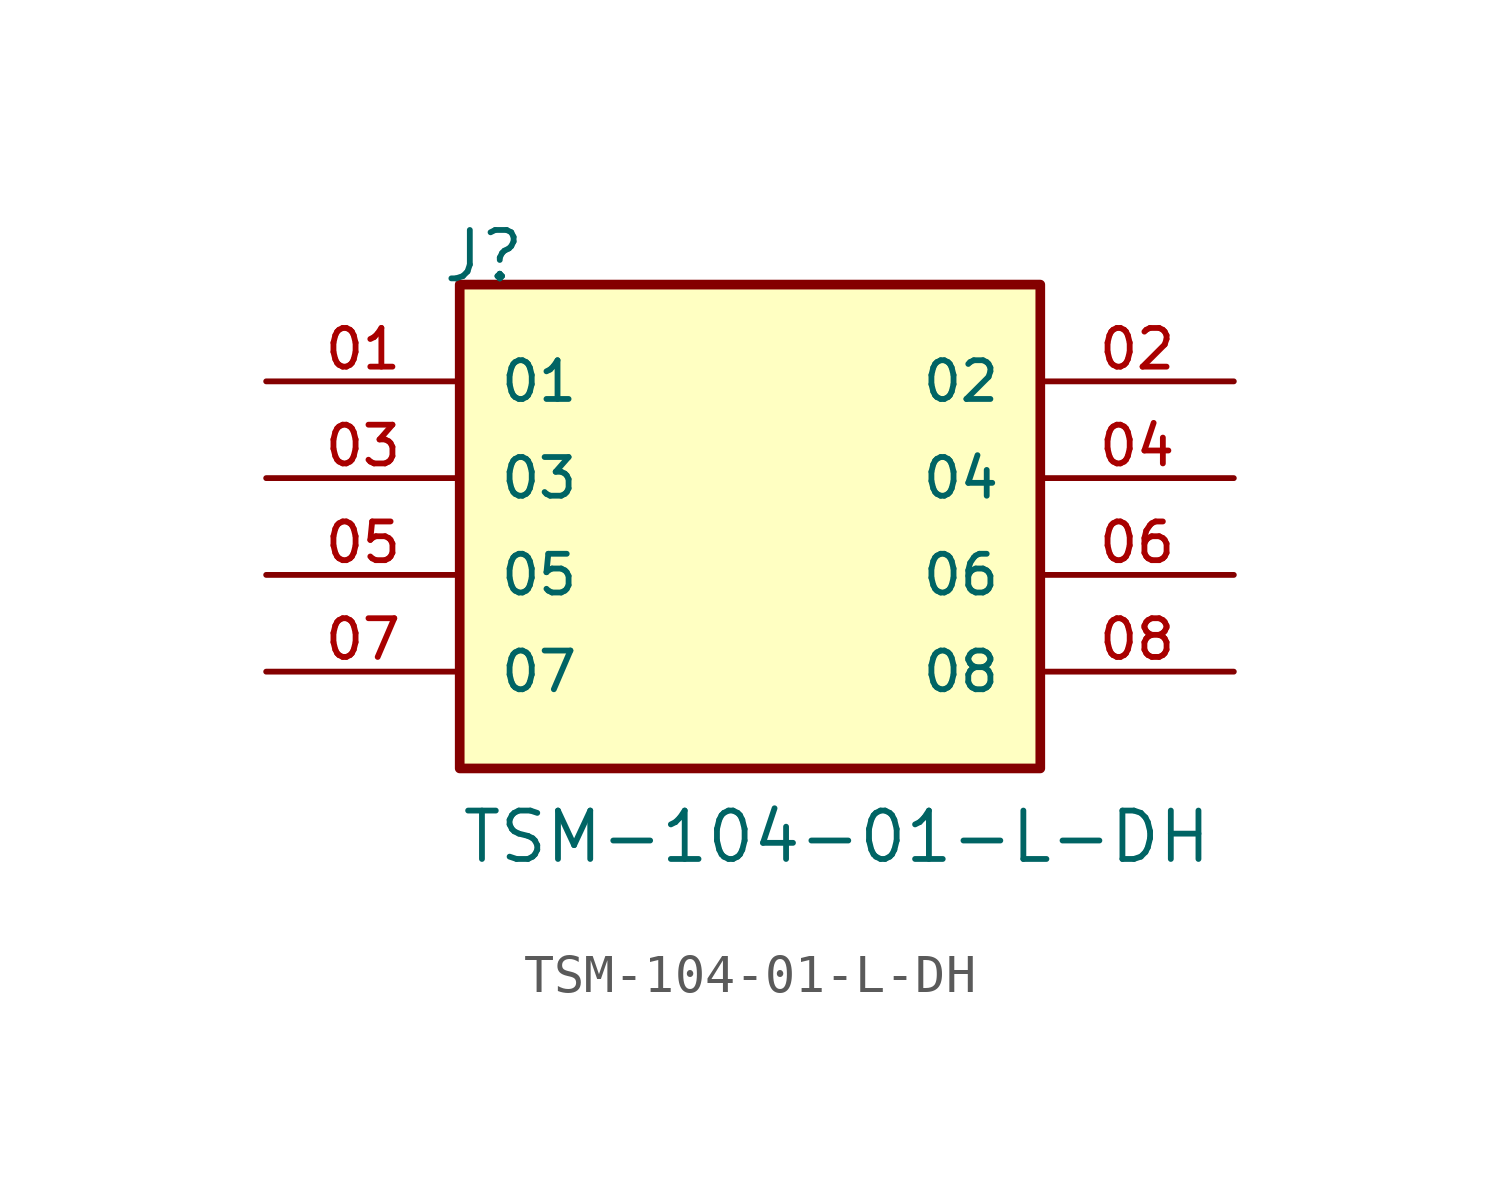
<source format=kicad_sym>
(kicad_symbol_lib
  (version 20211014)
  (generator kicad_symbol_editor)
  (symbol "TSM-104-01-L-DH"
    (pin_names
      (offset 1.016))
    (property "Reference" "J"
      (at -8.12 7.62 0)
      (effects (font (size 1.27 1.27)) (justify bottom left)))
    (property "Value" "TSM-104-01-L-DH"
      (at -7.62 -7.62 0)
      (effects (font (size 1.27 1.27)) (justify bottom left)))
    (symbol "TSM-104-01-L-DH_0_0"
      (rectangle (start -7.62 -5.08) (end 7.62 7.62) (stroke (width 0.254)) (fill (type background)))
      (pin passive line (at -12.7 5.08 0) (length 5.08) (name "01" (effects (font (size 1.016 1.016)))) (number "01" (effects (font (size 1.016 1.016)))))
      (pin passive line (at 12.7 5.08 180.0) (length 5.08) (name "02" (effects (font (size 1.016 1.016)))) (number "02" (effects (font (size 1.016 1.016)))))
      (pin passive line (at -12.7 2.54 0) (length 5.08) (name "03" (effects (font (size 1.016 1.016)))) (number "03" (effects (font (size 1.016 1.016)))))
      (pin passive line (at 12.7 2.54 180.0) (length 5.08) (name "04" (effects (font (size 1.016 1.016)))) (number "04" (effects (font (size 1.016 1.016)))))
      (pin passive line (at -12.7 0.0 0) (length 5.08) (name "05" (effects (font (size 1.016 1.016)))) (number "05" (effects (font (size 1.016 1.016)))))
      (pin passive line (at 12.7 0.0 180.0) (length 5.08) (name "06" (effects (font (size 1.016 1.016)))) (number "06" (effects (font (size 1.016 1.016)))))
      (pin passive line (at -12.7 -2.54 0) (length 5.08) (name "07" (effects (font (size 1.016 1.016)))) (number "07" (effects (font (size 1.016 1.016)))))
      (pin passive line (at 12.7 -2.54 180.0) (length 5.08) (name "08" (effects (font (size 1.016 1.016)))) (number "08" (effects (font (size 1.016 1.016))))))))
</source>
